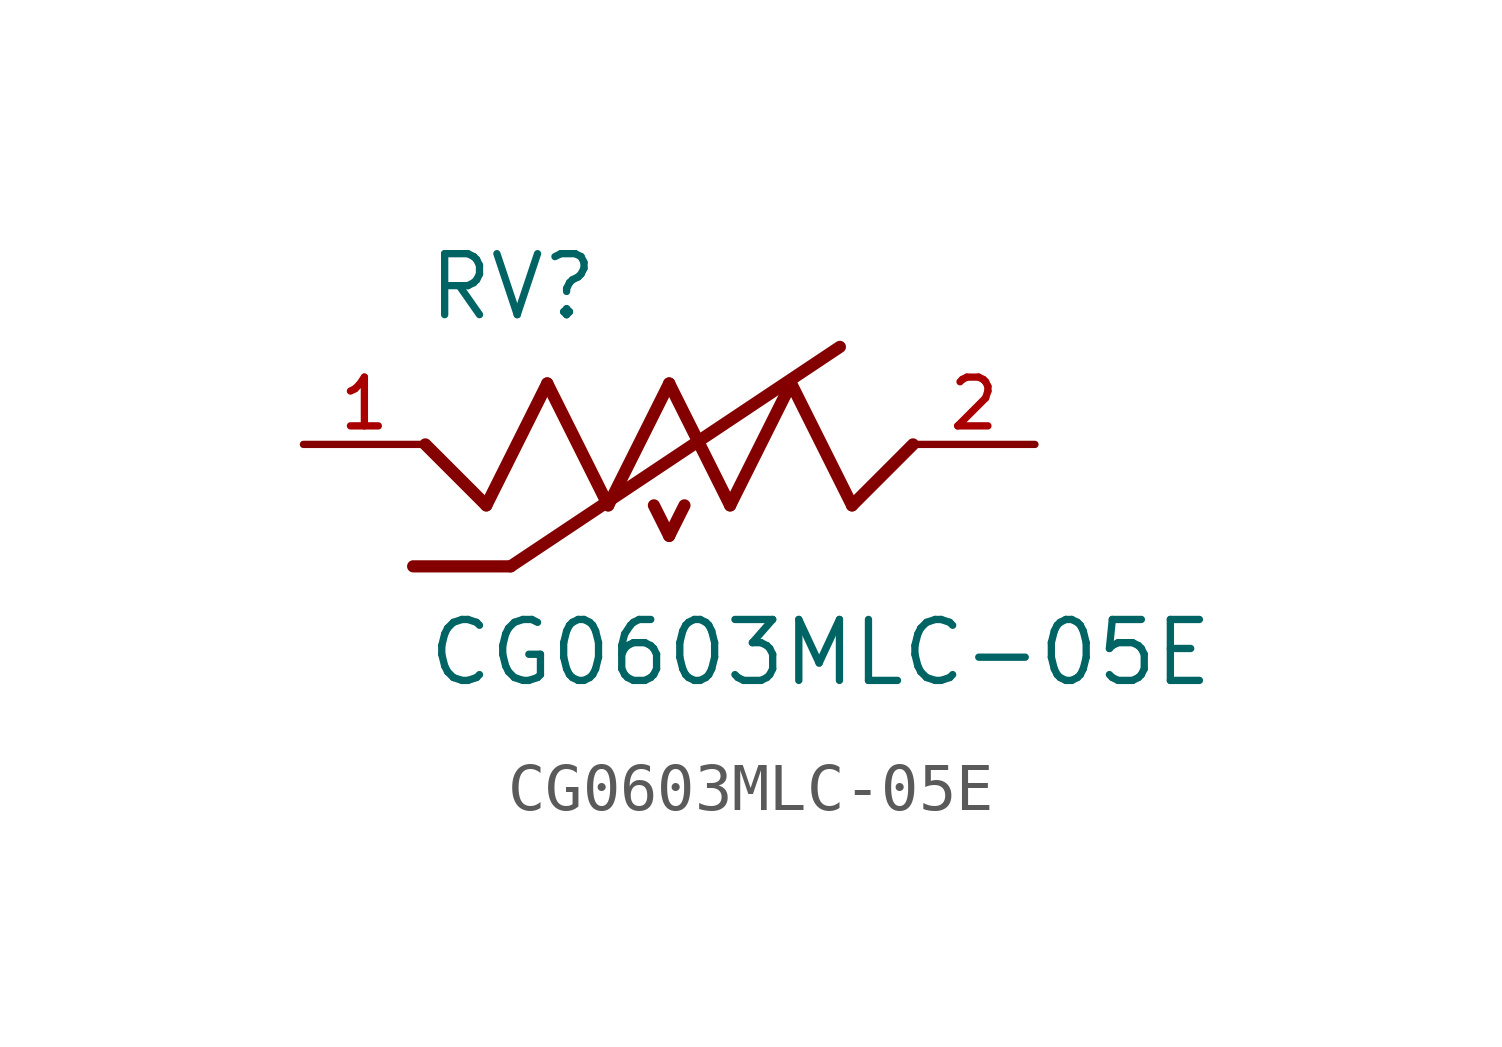
<source format=kicad_sym>
(kicad_symbol_lib
  (version 20241209)
  (generator "kicad_symbol_editor")
  (generator_version "9.0")
  (symbol "CG0603MLC-05E"
    (pin_names
      (offset 1.016))
    (property "Reference" "RV"
      (at -5.08 2.54 0)
      (effects (font (size 1.27 1.27)) (justify left bottom)))
    (property "Value" "CG0603MLC-05E"
      (at -5.08 -5.08 0)
      (effects (font (size 1.27 1.27)) (justify left bottom)))
    (symbol "CG0603MLC-05E_0_0"
      (polyline (pts (xy -3.81 -1.27) (xy -5.08 0)) (stroke (width 0.254) (type default)) (fill (type none)))
      (polyline (pts (xy -3.302 -2.54) (xy -5.334 -2.54)) (stroke (width 0.254) (type default)) (fill (type none)))
      (polyline (pts (xy -3.302 -2.54) (xy 3.556 2.032)) (stroke (width 0.254) (type default)) (fill (type none)))
      (polyline (pts (xy -2.54 1.27) (xy -3.81 -1.27)) (stroke (width 0.254) (type default)) (fill (type none)))
      (polyline (pts (xy -1.27 -1.27) (xy -2.54 1.27)) (stroke (width 0.254) (type default)) (fill (type none)))
      (polyline (pts (xy -1.27 -1.27) (xy 0 1.27)) (stroke (width 0.254) (type default)) (fill (type none)))
      (polyline (pts (xy -0.318 -1.27) (xy 0 -1.905)) (stroke (width 0.254) (type default)) (fill (type none)))
      (polyline (pts (xy 0 1.27) (xy 1.27 -1.27)) (stroke (width 0.254) (type default)) (fill (type none)))
      (polyline (pts (xy 0 -1.905) (xy 0.318 -1.27)) (stroke (width 0.254) (type default)) (fill (type none)))
      (polyline (pts (xy 1.27 -1.27) (xy 2.54 1.27)) (stroke (width 0.254) (type default)) (fill (type none)))
      (polyline (pts (xy 2.54 1.27) (xy 3.81 -1.27)) (stroke (width 0.254) (type default)) (fill (type none)))
      (polyline (pts (xy 3.81 -1.27) (xy 5.08 0)) (stroke (width 0.254) (type default)) (fill (type none)))
      (pin passive line (at -7.62 0 0) (length 2.54) (name "~" (effects (font (size 1.016 1.016)))) (number "1" (effects (font (size 1.016 1.016)))))
      (pin passive line (at 7.62 0 180) (length 2.54) (name "~" (effects (font (size 1.016 1.016)))) (number "2" (effects (font (size 1.016 1.016))))))))
</source>
